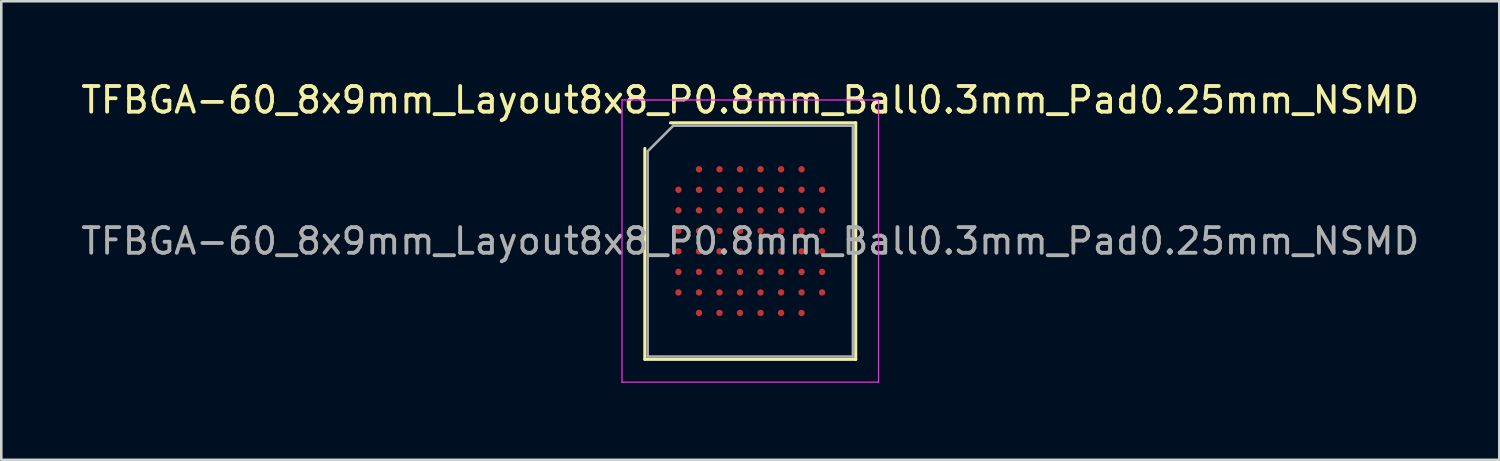
<source format=kicad_pcb>
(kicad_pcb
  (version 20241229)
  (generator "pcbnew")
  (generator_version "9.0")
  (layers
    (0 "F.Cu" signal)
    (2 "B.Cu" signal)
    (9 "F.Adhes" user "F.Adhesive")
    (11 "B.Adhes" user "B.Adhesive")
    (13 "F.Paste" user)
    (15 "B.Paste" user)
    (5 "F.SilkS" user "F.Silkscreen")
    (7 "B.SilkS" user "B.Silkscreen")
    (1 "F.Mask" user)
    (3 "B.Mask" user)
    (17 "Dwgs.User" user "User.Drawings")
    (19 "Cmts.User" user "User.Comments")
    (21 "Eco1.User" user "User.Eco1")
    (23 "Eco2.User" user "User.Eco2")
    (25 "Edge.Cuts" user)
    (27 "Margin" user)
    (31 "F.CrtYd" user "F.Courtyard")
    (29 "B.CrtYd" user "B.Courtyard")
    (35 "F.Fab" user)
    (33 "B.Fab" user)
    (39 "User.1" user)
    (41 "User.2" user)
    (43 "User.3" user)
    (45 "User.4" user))
  (footprint "TFBGA-60_8x9mm_Layout8x8_P0.8mm_Ball0.3mm_Pad0.25mm_NSMD"
    (layer "F.Cu")
    (at 26.196 6.348)
    (property "Reference" "TFBGA-60_8x9mm_Layout8x8_P0.8mm_Ball0.3mm_Pad0.25mm_NSMD" (at 0 -5.5 0) (layer "F.SilkS") (effects (font (size 1 1) (thickness 0.15))))
    (attr smd)
    (fp_line (start -4.11 4.61) (end -4.11 -3.61) (stroke (width 0.12) (type solid)) (layer "F.SilkS"))
    (fp_line (start -3.11 -4.61) (end 4.11 -4.61) (stroke (width 0.12) (type solid)) (layer "F.SilkS"))
    (fp_line (start 4.11 -4.61) (end 4.11 4.61) (stroke (width 0.12) (type solid)) (layer "F.SilkS"))
    (fp_line (start 4.11 4.61) (end -4.11 4.61) (stroke (width 0.12) (type solid)) (layer "F.SilkS"))
    (fp_line (start -5 -5.5) (end -5 5.5) (stroke (width 0.05) (type solid)) (layer "F.CrtYd"))
    (fp_line (start -5 5.5) (end 5 5.5) (stroke (width 0.05) (type solid)) (layer "F.CrtYd"))
    (fp_line (start 5 -5.5) (end -5 -5.5) (stroke (width 0.05) (type solid)) (layer "F.CrtYd"))
    (fp_line (start 5 5.5) (end 5 -5.5) (stroke (width 0.05) (type solid)) (layer "F.CrtYd"))
    (fp_line (start -4 -3.5) (end -3 -4.5) (stroke (width 0.1) (type solid)) (layer "F.Fab"))
    (fp_line (start -4 4.5) (end -4 -3.5) (stroke (width 0.1) (type solid)) (layer "F.Fab"))
    (fp_line (start -3 -4.5) (end 4 -4.5) (stroke (width 0.1) (type solid)) (layer "F.Fab"))
    (fp_line (start 4 -4.5) (end 4 4.5) (stroke (width 0.1) (type solid)) (layer "F.Fab"))
    (fp_line (start 4 4.5) (end -4 4.5) (stroke (width 0.1) (type solid)) (layer "F.Fab"))
    (fp_text user "${REFERENCE}" (at 0 0 0) (layer "F.Fab") (effects (font (size 1 1) (thickness 0.15))))
    (pad "A2" smd circle (at -2 -2.8) (size 0.25 0.25) (layers "F.Cu" "F.Mask" "F.Paste"))
    (pad "A3" smd circle (at -1.2 -2.8) (size 0.25 0.25) (layers "F.Cu" "F.Mask" "F.Paste"))
    (pad "A4" smd circle (at -0.4 -2.8) (size 0.25 0.25) (layers "F.Cu" "F.Mask" "F.Paste"))
    (pad "A5" smd circle (at 0.4 -2.8) (size 0.25 0.25) (layers "F.Cu" "F.Mask" "F.Paste"))
    (pad "A6" smd circle (at 1.2 -2.8) (size 0.25 0.25) (layers "F.Cu" "F.Mask" "F.Paste"))
    (pad "A7" smd circle (at 2 -2.8) (size 0.25 0.25) (layers "F.Cu" "F.Mask" "F.Paste"))
    (pad "B1" smd circle (at -2.8 -2) (size 0.25 0.25) (layers "F.Cu" "F.Mask" "F.Paste"))
    (pad "B2" smd circle (at -2 -2) (size 0.25 0.25) (layers "F.Cu" "F.Mask" "F.Paste"))
    (pad "B3" smd circle (at -1.2 -2) (size 0.25 0.25) (layers "F.Cu" "F.Mask" "F.Paste"))
    (pad "B4" smd circle (at -0.4 -2) (size 0.25 0.25) (layers "F.Cu" "F.Mask" "F.Paste"))
    (pad "B5" smd circle (at 0.4 -2) (size 0.25 0.25) (layers "F.Cu" "F.Mask" "F.Paste"))
    (pad "B6" smd circle (at 1.2 -2) (size 0.25 0.25) (layers "F.Cu" "F.Mask" "F.Paste"))
    (pad "B7" smd circle (at 2 -2) (size 0.25 0.25) (layers "F.Cu" "F.Mask" "F.Paste"))
    (pad "B8" smd circle (at 2.8 -2) (size 0.25 0.25) (layers "F.Cu" "F.Mask" "F.Paste"))
    (pad "C1" smd circle (at -2.8 -1.2) (size 0.25 0.25) (layers "F.Cu" "F.Mask" "F.Paste"))
    (pad "C2" smd circle (at -2 -1.2) (size 0.25 0.25) (layers "F.Cu" "F.Mask" "F.Paste"))
    (pad "C3" smd circle (at -1.2 -1.2) (size 0.25 0.25) (layers "F.Cu" "F.Mask" "F.Paste"))
    (pad "C4" smd circle (at -0.4 -1.2) (size 0.25 0.25) (layers "F.Cu" "F.Mask" "F.Paste"))
    (pad "C5" smd circle (at 0.4 -1.2) (size 0.25 0.25) (layers "F.Cu" "F.Mask" "F.Paste"))
    (pad "C6" smd circle (at 1.2 -1.2) (size 0.25 0.25) (layers "F.Cu" "F.Mask" "F.Paste"))
    (pad "C7" smd circle (at 2 -1.2) (size 0.25 0.25) (layers "F.Cu" "F.Mask" "F.Paste"))
    (pad "C8" smd circle (at 2.8 -1.2) (size 0.25 0.25) (layers "F.Cu" "F.Mask" "F.Paste"))
    (pad "D1" smd circle (at -2.8 -0.4) (size 0.25 0.25) (layers "F.Cu" "F.Mask" "F.Paste"))
    (pad "D2" smd circle (at -2 -0.4) (size 0.25 0.25) (layers "F.Cu" "F.Mask" "F.Paste"))
    (pad "D3" smd circle (at -1.2 -0.4) (size 0.25 0.25) (layers "F.Cu" "F.Mask" "F.Paste"))
    (pad "D4" smd circle (at -0.4 -0.4) (size 0.25 0.25) (layers "F.Cu" "F.Mask" "F.Paste"))
    (pad "D5" smd circle (at 0.4 -0.4) (size 0.25 0.25) (layers "F.Cu" "F.Mask" "F.Paste"))
    (pad "D6" smd circle (at 1.2 -0.4) (size 0.25 0.25) (layers "F.Cu" "F.Mask" "F.Paste"))
    (pad "D7" smd circle (at 2 -0.4) (size 0.25 0.25) (layers "F.Cu" "F.Mask" "F.Paste"))
    (pad "D8" smd circle (at 2.8 -0.4) (size 0.25 0.25) (layers "F.Cu" "F.Mask" "F.Paste"))
    (pad "E1" smd circle (at -2.8 0.4) (size 0.25 0.25) (layers "F.Cu" "F.Mask" "F.Paste"))
    (pad "E2" smd circle (at -2 0.4) (size 0.25 0.25) (layers "F.Cu" "F.Mask" "F.Paste"))
    (pad "E3" smd circle (at -1.2 0.4) (size 0.25 0.25) (layers "F.Cu" "F.Mask" "F.Paste"))
    (pad "E4" smd circle (at -0.4 0.4) (size 0.25 0.25) (layers "F.Cu" "F.Mask" "F.Paste"))
    (pad "E5" smd circle (at 0.4 0.4) (size 0.25 0.25) (layers "F.Cu" "F.Mask" "F.Paste"))
    (pad "E6" smd circle (at 1.2 0.4) (size 0.25 0.25) (layers "F.Cu" "F.Mask" "F.Paste"))
    (pad "E7" smd circle (at 2 0.4) (size 0.25 0.25) (layers "F.Cu" "F.Mask" "F.Paste"))
    (pad "E8" smd circle (at 2.8 0.4) (size 0.25 0.25) (layers "F.Cu" "F.Mask" "F.Paste"))
    (pad "F1" smd circle (at -2.8 1.2) (size 0.25 0.25) (layers "F.Cu" "F.Mask" "F.Paste"))
    (pad "F2" smd circle (at -2 1.2) (size 0.25 0.25) (layers "F.Cu" "F.Mask" "F.Paste"))
    (pad "F3" smd circle (at -1.2 1.2) (size 0.25 0.25) (layers "F.Cu" "F.Mask" "F.Paste"))
    (pad "F4" smd circle (at -0.4 1.2) (size 0.25 0.25) (layers "F.Cu" "F.Mask" "F.Paste"))
    (pad "F5" smd circle (at 0.4 1.2) (size 0.25 0.25) (layers "F.Cu" "F.Mask" "F.Paste"))
    (pad "F6" smd circle (at 1.2 1.2) (size 0.25 0.25) (layers "F.Cu" "F.Mask" "F.Paste"))
    (pad "F7" smd circle (at 2 1.2) (size 0.25 0.25) (layers "F.Cu" "F.Mask" "F.Paste"))
    (pad "F8" smd circle (at 2.8 1.2) (size 0.25 0.25) (layers "F.Cu" "F.Mask" "F.Paste"))
    (pad "G1" smd circle (at -2.8 2) (size 0.25 0.25) (layers "F.Cu" "F.Mask" "F.Paste"))
    (pad "G2" smd circle (at -2 2) (size 0.25 0.25) (layers "F.Cu" "F.Mask" "F.Paste"))
    (pad "G3" smd circle (at -1.2 2) (size 0.25 0.25) (layers "F.Cu" "F.Mask" "F.Paste"))
    (pad "G4" smd circle (at -0.4 2) (size 0.25 0.25) (layers "F.Cu" "F.Mask" "F.Paste"))
    (pad "G5" smd circle (at 0.4 2) (size 0.25 0.25) (layers "F.Cu" "F.Mask" "F.Paste"))
    (pad "G6" smd circle (at 1.2 2) (size 0.25 0.25) (layers "F.Cu" "F.Mask" "F.Paste"))
    (pad "G7" smd circle (at 2 2) (size 0.25 0.25) (layers "F.Cu" "F.Mask" "F.Paste"))
    (pad "G8" smd circle (at 2.8 2) (size 0.25 0.25) (layers "F.Cu" "F.Mask" "F.Paste"))
    (pad "H2" smd circle (at -2 2.8) (size 0.25 0.25) (layers "F.Cu" "F.Mask" "F.Paste"))
    (pad "H3" smd circle (at -1.2 2.8) (size 0.25 0.25) (layers "F.Cu" "F.Mask" "F.Paste"))
    (pad "H4" smd circle (at -0.4 2.8) (size 0.25 0.25) (layers "F.Cu" "F.Mask" "F.Paste"))
    (pad "H5" smd circle (at 0.4 2.8) (size 0.25 0.25) (layers "F.Cu" "F.Mask" "F.Paste"))
    (pad "H6" smd circle (at 1.2 2.8) (size 0.25 0.25) (layers "F.Cu" "F.Mask" "F.Paste"))
    (pad "H7" smd circle (at 2 2.8) (size 0.25 0.25) (layers "F.Cu" "F.Mask" "F.Paste")))
  (gr_rect
    (start -3 -3)
    (end 55.393 14.873)
    (stroke (width 0.1) (type default))
    (fill no)
    (layer "Edge.Cuts")))
</source>
